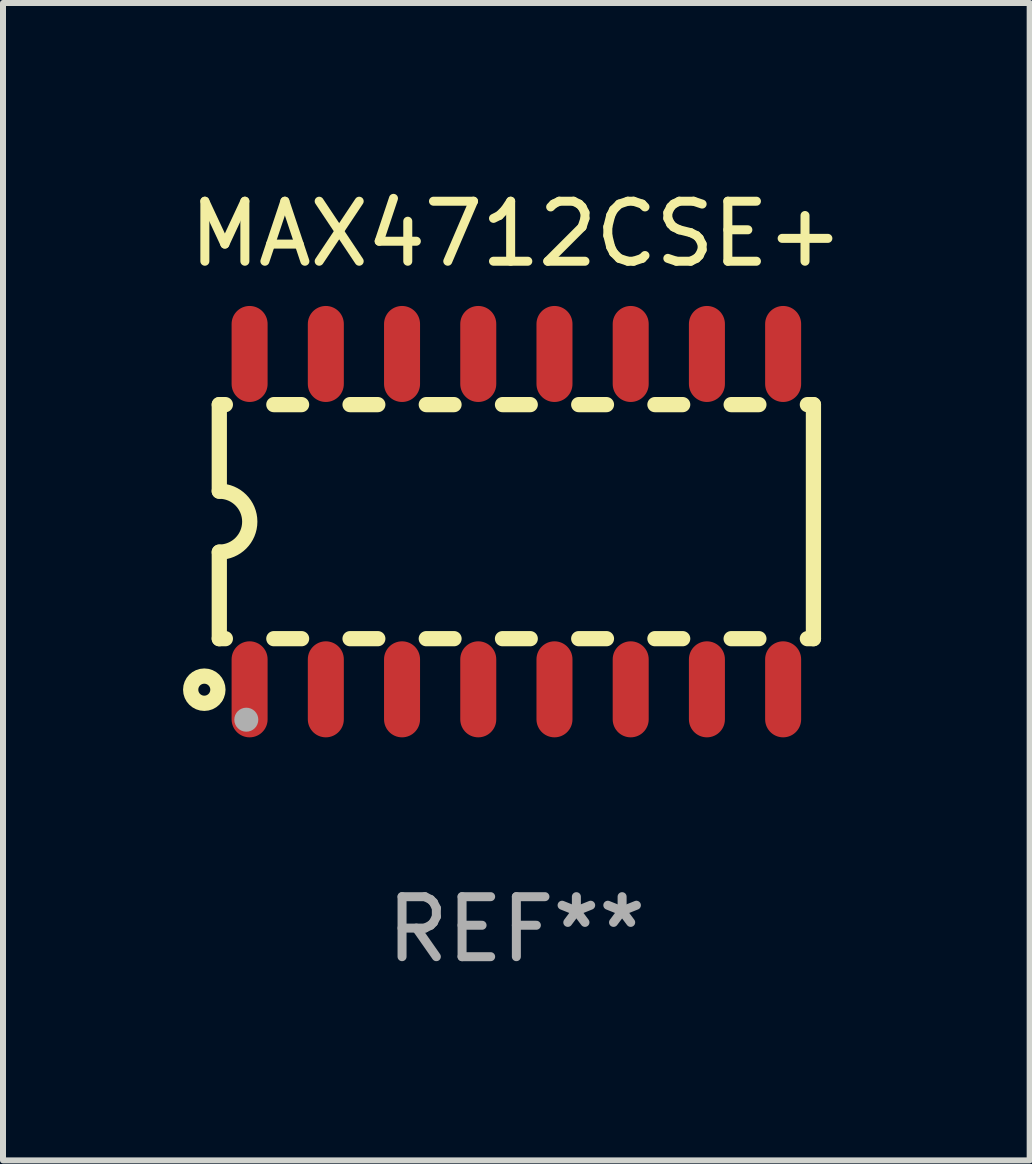
<source format=kicad_pcb>
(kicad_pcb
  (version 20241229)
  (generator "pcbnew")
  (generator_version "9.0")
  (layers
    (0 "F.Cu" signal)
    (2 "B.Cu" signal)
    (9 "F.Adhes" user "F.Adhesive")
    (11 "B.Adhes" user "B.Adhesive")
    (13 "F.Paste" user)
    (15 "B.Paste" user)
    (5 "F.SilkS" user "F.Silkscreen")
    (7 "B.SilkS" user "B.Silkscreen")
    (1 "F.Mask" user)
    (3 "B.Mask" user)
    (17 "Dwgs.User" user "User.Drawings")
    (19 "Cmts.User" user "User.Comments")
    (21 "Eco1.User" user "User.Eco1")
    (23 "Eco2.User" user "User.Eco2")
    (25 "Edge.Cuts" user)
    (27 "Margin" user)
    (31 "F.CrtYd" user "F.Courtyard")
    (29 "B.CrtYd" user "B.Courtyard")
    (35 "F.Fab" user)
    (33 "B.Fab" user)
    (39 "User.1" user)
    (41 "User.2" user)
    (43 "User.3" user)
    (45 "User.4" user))
  (footprint "MAX4712CSE+"
    (layer "F.Cu")
    (at 5.554 5.642)
    (property "Reference" "MAX4712CSE+" (at 0 -4.794 0) (layer "F.SilkS") (effects (font (size 1 1) (thickness 0.15))))
    (attr through_hole)
    (fp_line (start -4.95 -1.95) (end -4.95 -0.508) (stroke (width 0.254) (type solid)) (layer "F.SilkS"))
    (fp_line (start -4.95 -1.95) (end -4.849 -1.95) (stroke (width 0.254) (type solid)) (layer "F.SilkS"))
    (fp_line (start -4.95 1.95) (end -4.95 0.508) (stroke (width 0.254) (type solid)) (layer "F.SilkS"))
    (fp_line (start -4.95 1.95) (end -4.849 1.95) (stroke (width 0.254) (type solid)) (layer "F.SilkS"))
    (fp_line (start -4.041 -1.95) (end -3.579 -1.95) (stroke (width 0.254) (type solid)) (layer "F.SilkS"))
    (fp_line (start -4.041 1.95) (end -3.579 1.95) (stroke (width 0.254) (type solid)) (layer "F.SilkS"))
    (fp_line (start -2.771 -1.95) (end -2.309 -1.95) (stroke (width 0.254) (type solid)) (layer "F.SilkS"))
    (fp_line (start -2.771 1.95) (end -2.309 1.95) (stroke (width 0.254) (type solid)) (layer "F.SilkS"))
    (fp_line (start -1.501 -1.95) (end -1.039 -1.95) (stroke (width 0.254) (type solid)) (layer "F.SilkS"))
    (fp_line (start -1.501 1.95) (end -1.039 1.95) (stroke (width 0.254) (type solid)) (layer "F.SilkS"))
    (fp_line (start -0.231 -1.95) (end 0.231 -1.95) (stroke (width 0.254) (type solid)) (layer "F.SilkS"))
    (fp_line (start -0.231 1.95) (end 0.231 1.95) (stroke (width 0.254) (type solid)) (layer "F.SilkS"))
    (fp_line (start 1.039 -1.95) (end 1.501 -1.95) (stroke (width 0.254) (type solid)) (layer "F.SilkS"))
    (fp_line (start 1.039 1.95) (end 1.501 1.95) (stroke (width 0.254) (type solid)) (layer "F.SilkS"))
    (fp_line (start 2.309 -1.95) (end 2.771 -1.95) (stroke (width 0.254) (type solid)) (layer "F.SilkS"))
    (fp_line (start 2.309 1.95) (end 2.771 1.95) (stroke (width 0.254) (type solid)) (layer "F.SilkS"))
    (fp_line (start 3.579 -1.95) (end 4.041 -1.95) (stroke (width 0.254) (type solid)) (layer "F.SilkS"))
    (fp_line (start 3.579 1.95) (end 4.041 1.95) (stroke (width 0.254) (type solid)) (layer "F.SilkS"))
    (fp_line (start 4.849 -1.95) (end 4.95 -1.95) (stroke (width 0.254) (type solid)) (layer "F.SilkS"))
    (fp_line (start 4.849 1.95) (end 4.95 1.95) (stroke (width 0.254) (type solid)) (layer "F.SilkS"))
    (fp_line (start 4.95 -1.95) (end 4.95 1.95) (stroke (width 0.254) (type solid)) (layer "F.SilkS"))
    (fp_arc (start -4.95047 -0.508001) (mid -4.442469 -0.000228) (end -4.950013 0.508001) (stroke (width 0.254001) (type solid)) (layer "F.SilkS"))
    (fp_circle (center -5.2 2.8) (end -5.1 2.8) (stroke (width 0.254) (type solid)) (fill no) (layer "F.SilkS"))
    (fp_circle (center -4.95 2.947) (end -4.92 2.947) (stroke (width 0.06) (type solid)) (fill no) (layer "F.SilkS"))
    (fp_circle (center -4.5 3.3) (end -4.4 3.3) (stroke (width 0.2) (type solid)) (fill no) (layer "F.Fab"))
    (fp_text user "REF**" (at 0 6.794 0) (layer "F.Fab") (effects (font (size 1 1) (thickness 0.15))))
    (pad "1" smd oval (at -4.445 2.794) (size 0.6 1.6) (layers "F.Cu" "F.Mask" "F.Paste"))
    (pad "2" smd oval (at -3.175 2.794) (size 0.6 1.6) (layers "F.Cu" "F.Mask" "F.Paste"))
    (pad "3" smd oval (at -1.905 2.794) (size 0.6 1.6) (layers "F.Cu" "F.Mask" "F.Paste"))
    (pad "4" smd oval (at -0.635 2.794) (size 0.6 1.6) (layers "F.Cu" "F.Mask" "F.Paste"))
    (pad "5" smd oval (at 0.635 2.794) (size 0.6 1.6) (layers "F.Cu" "F.Mask" "F.Paste"))
    (pad "6" smd oval (at 1.905 2.794) (size 0.6 1.6) (layers "F.Cu" "F.Mask" "F.Paste"))
    (pad "7" smd oval (at 3.175 2.794) (size 0.6 1.6) (layers "F.Cu" "F.Mask" "F.Paste"))
    (pad "8" smd oval (at 4.445 2.794) (size 0.6 1.6) (layers "F.Cu" "F.Mask" "F.Paste"))
    (pad "9" smd oval (at 4.445 -2.794) (size 0.6 1.6) (layers "F.Cu" "F.Mask" "F.Paste"))
    (pad "10" smd oval (at 3.175 -2.794) (size 0.6 1.6) (layers "F.Cu" "F.Mask" "F.Paste"))
    (pad "11" smd oval (at 1.905 -2.794) (size 0.6 1.6) (layers "F.Cu" "F.Mask" "F.Paste"))
    (pad "12" smd oval (at 0.635 -2.794) (size 0.6 1.6) (layers "F.Cu" "F.Mask" "F.Paste"))
    (pad "13" smd oval (at -0.635 -2.794) (size 0.6 1.6) (layers "F.Cu" "F.Mask" "F.Paste"))
    (pad "14" smd oval (at -1.905 -2.794) (size 0.6 1.6) (layers "F.Cu" "F.Mask" "F.Paste"))
    (pad "15" smd oval (at -3.175 -2.794) (size 0.6 1.6) (layers "F.Cu" "F.Mask" "F.Paste"))
    (pad "16" smd oval (at -4.445 -2.794) (size 0.6 1.6) (layers "F.Cu" "F.Mask" "F.Paste")))
  (gr_rect
    (start -3 -3)
    (end 14.107 16.285)
    (stroke (width 0.1) (type default))
    (fill no)
    (layer "Edge.Cuts")))
</source>
